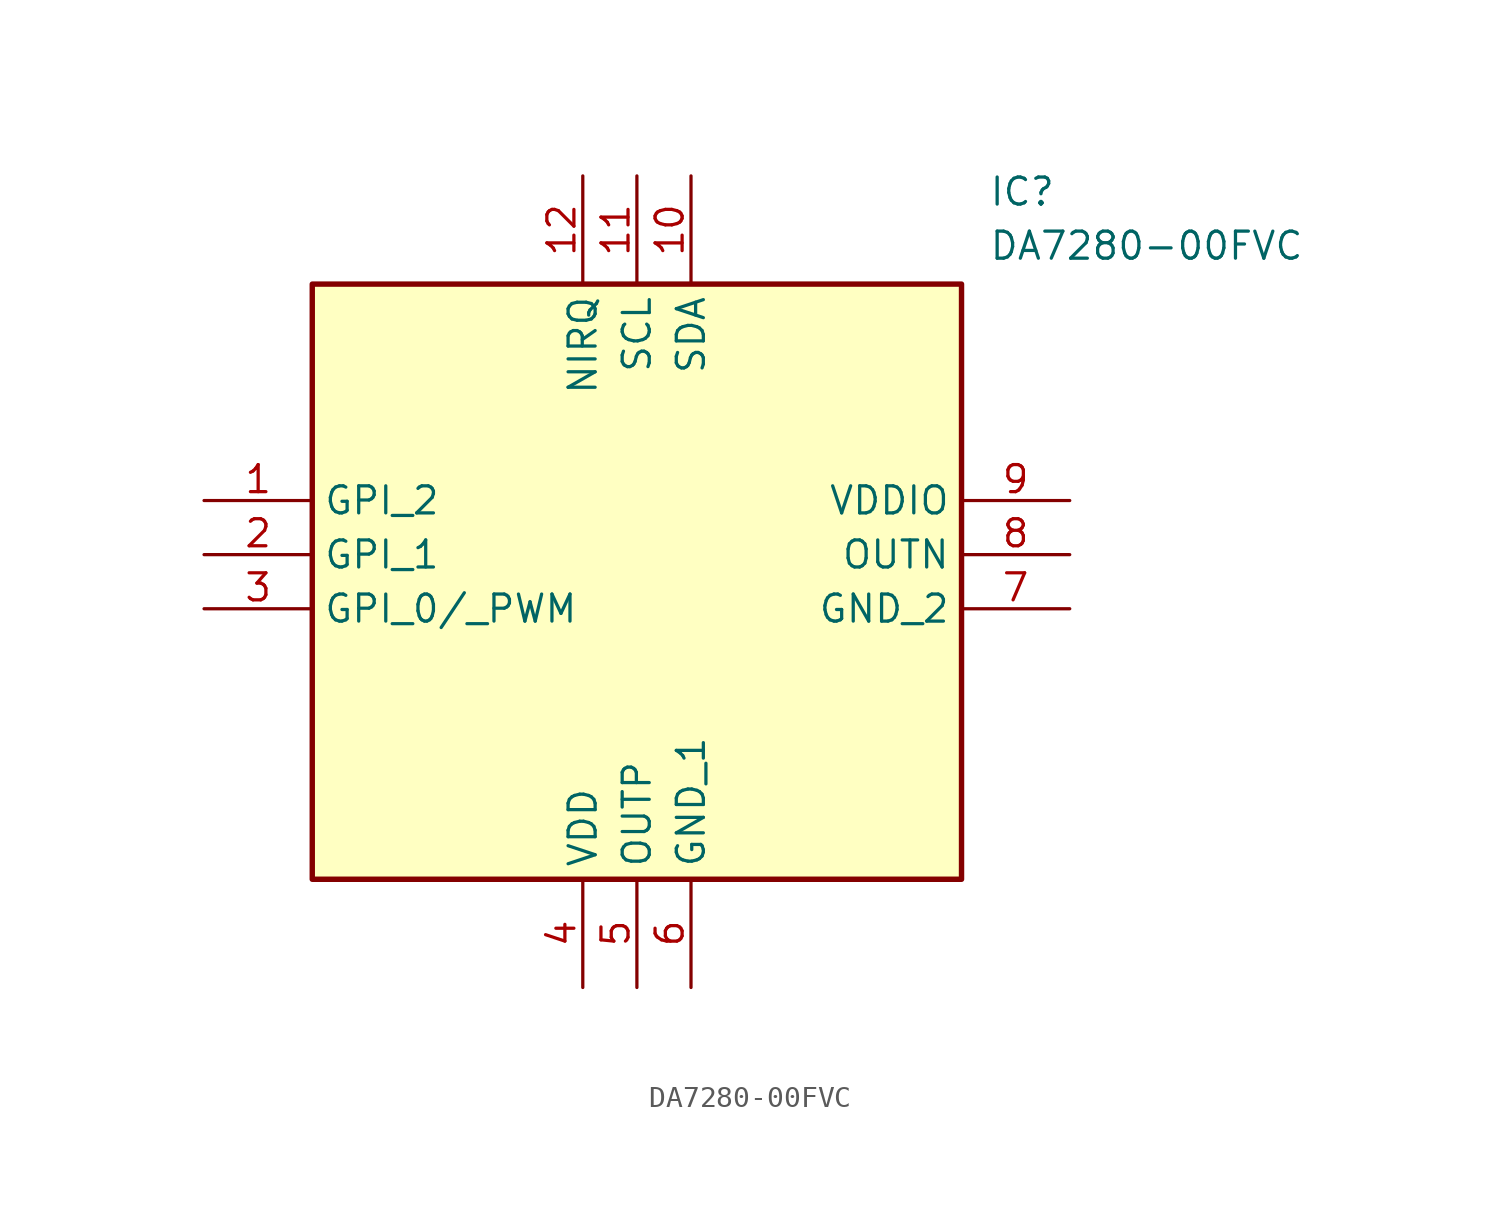
<source format=kicad_sym>
(kicad_symbol_lib
  (version 20211014)
  (generator SamacSys_ECAD_Model)
  (symbol "DA7280-00FVC"
    (property "Reference" "IC"
      (at 36.83 15.24 0)
      (effects (font (size 1.27 1.27)) (justify left top)))
    (property "Value" "DA7280-00FVC"
      (at 36.83 12.7 0)
      (effects (font (size 1.27 1.27)) (justify left top)))
    (rectangle
      (start 5.08 10.16)
      (end 35.56 -17.78)
      (stroke (width 0.254) (type default))
      (fill (type background)))
    (pin passive line
      (at 0 0 0)
      (length 5.08)
      (name "GPI_2" (effects (font (size 1.27 1.27))))
      (number "1" (effects (font (size 1.27 1.27)))))
    (pin passive line
      (at 0 -2.54 0)
      (length 5.08)
      (name "GPI_1" (effects (font (size 1.27 1.27))))
      (number "2" (effects (font (size 1.27 1.27)))))
    (pin passive line
      (at 0 -5.08 0)
      (length 5.08)
      (name "GPI_0/_PWM" (effects (font (size 1.27 1.27))))
      (number "3" (effects (font (size 1.27 1.27)))))
    (pin passive line
      (at 17.78 -22.86 90)
      (length 5.08)
      (name "VDD" (effects (font (size 1.27 1.27))))
      (number "4" (effects (font (size 1.27 1.27)))))
    (pin passive line
      (at 20.32 -22.86 90)
      (length 5.08)
      (name "OUTP" (effects (font (size 1.27 1.27))))
      (number "5" (effects (font (size 1.27 1.27)))))
    (pin passive line
      (at 22.86 -22.86 90)
      (length 5.08)
      (name "GND_1" (effects (font (size 1.27 1.27))))
      (number "6" (effects (font (size 1.27 1.27)))))
    (pin passive line
      (at 40.64 0 180)
      (length 5.08)
      (name "VDDIO" (effects (font (size 1.27 1.27))))
      (number "9" (effects (font (size 1.27 1.27)))))
    (pin passive line
      (at 40.64 -2.54 180)
      (length 5.08)
      (name "OUTN" (effects (font (size 1.27 1.27))))
      (number "8" (effects (font (size 1.27 1.27)))))
    (pin passive line
      (at 40.64 -5.08 180)
      (length 5.08)
      (name "GND_2" (effects (font (size 1.27 1.27))))
      (number "7" (effects (font (size 1.27 1.27)))))
    (pin passive line
      (at 17.78 15.24 270)
      (length 5.08)
      (name "NIRQ" (effects (font (size 1.27 1.27))))
      (number "12" (effects (font (size 1.27 1.27)))))
    (pin passive line
      (at 20.32 15.24 270)
      (length 5.08)
      (name "SCL" (effects (font (size 1.27 1.27))))
      (number "11" (effects (font (size 1.27 1.27)))))
    (pin passive line
      (at 22.86 15.24 270)
      (length 5.08)
      (name "SDA" (effects (font (size 1.27 1.27))))
      (number "10" (effects (font (size 1.27 1.27)))))))
</source>
